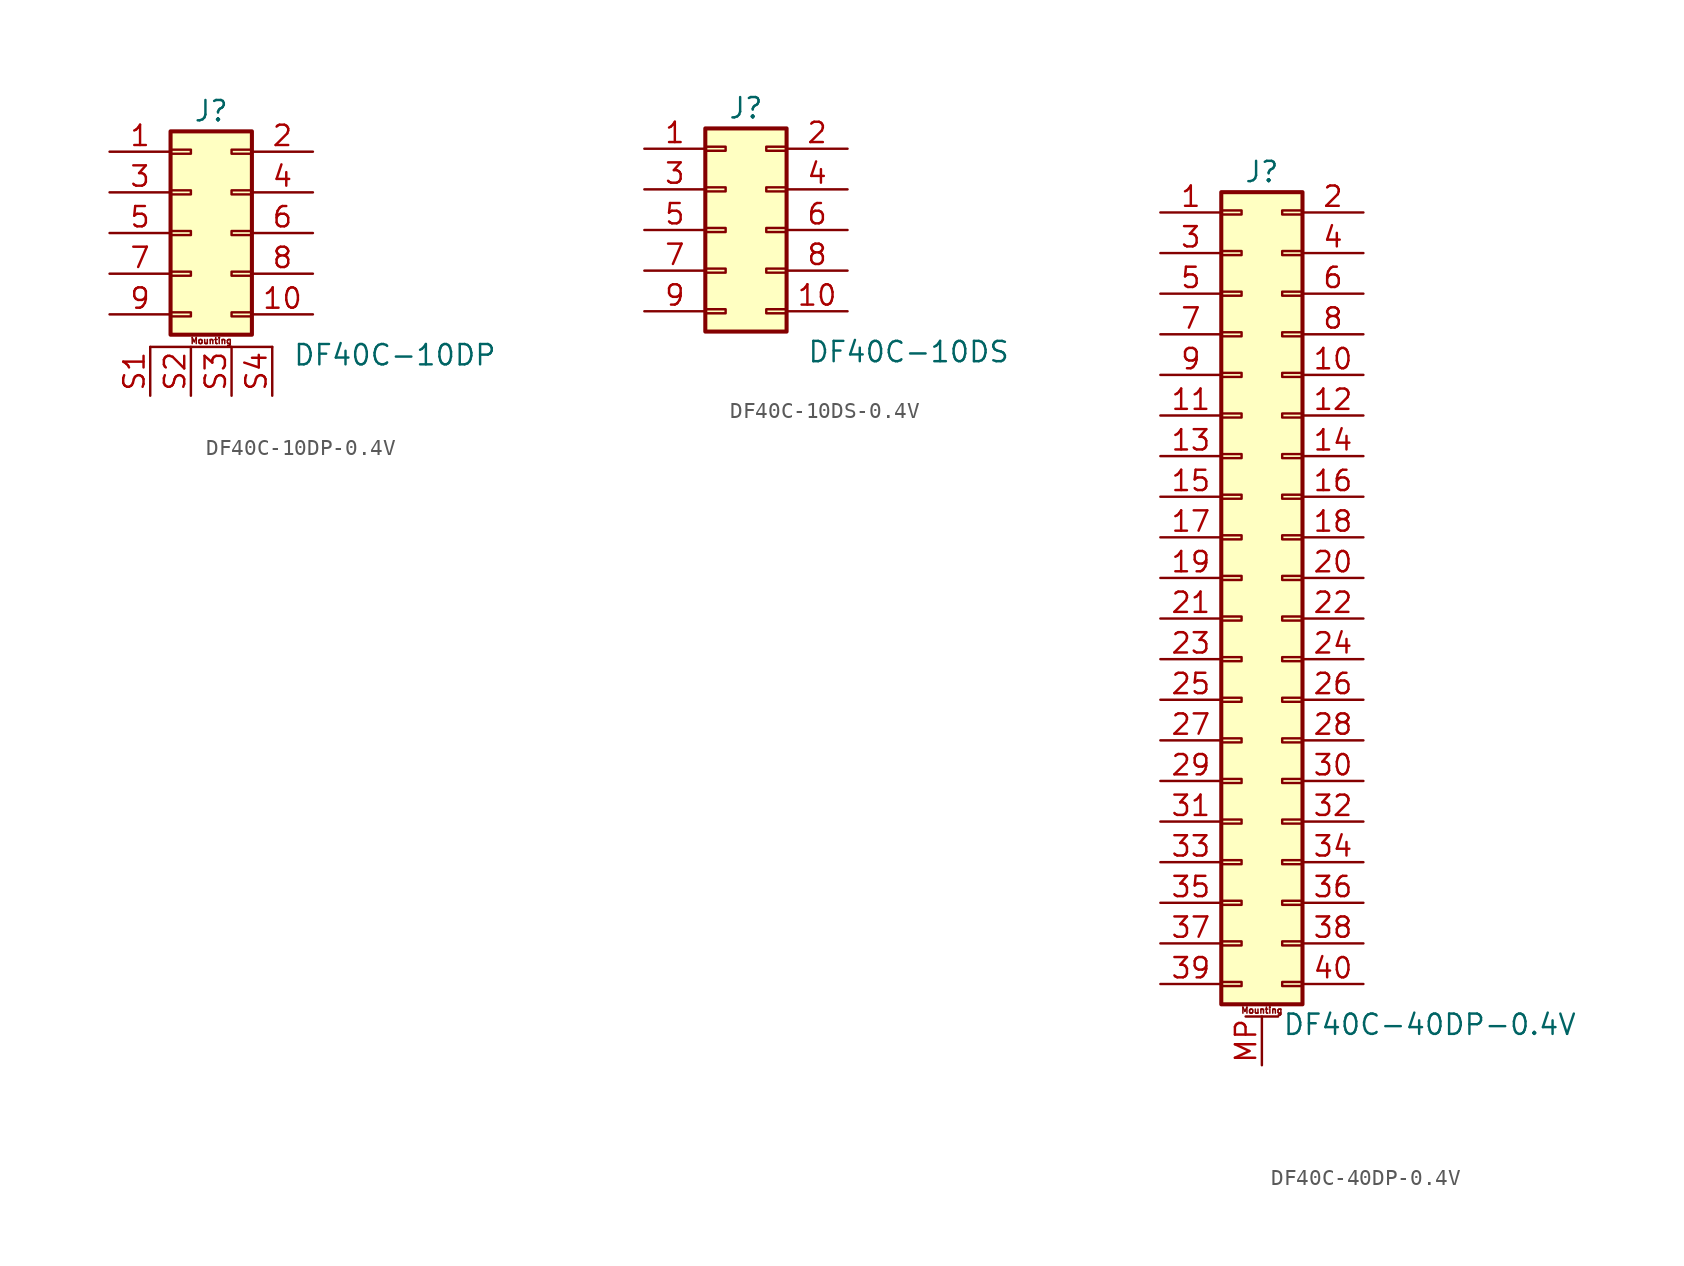
<source format=kicad_sym>
(kicad_symbol_lib
  (version 20220914)
  (generator kicad_symbol_editor)
  (symbol "DF40C-10DP-0.4V"
    (pin_names
      (offset 1.016) hide)
    (property "Reference" "J"
      (at 1.27 7.62 0)
      (effects (font (size 1.27 1.27))))
    (property "Value" "DF40C-10DP"
      (at 6.35 -7.62 0)
      (effects (font (size 1.27 1.27)) (justify left)))
    (symbol "DF40C-10DP-0.4V_1_1"
      (rectangle (start -1.27 -4.953) (end 0 -5.207) (stroke (width 0.152) (type default)) (fill (type none)))
      (rectangle (start -1.27 -2.413) (end 0 -2.667) (stroke (width 0.152) (type default)) (fill (type none)))
      (rectangle (start -1.27 0.127) (end 0 -0.127) (stroke (width 0.152) (type default)) (fill (type none)))
      (rectangle (start -1.27 2.667) (end 0 2.413) (stroke (width 0.152) (type default)) (fill (type none)))
      (rectangle (start -1.27 5.207) (end 0 4.953) (stroke (width 0.152) (type default)) (fill (type none)))
      (rectangle (start -1.27 6.35) (end 3.81 -6.35) (stroke (width 0.254) (type default)) (fill (type background)))
      (polyline (pts (xy -2.54 -7.112) (xy 5.08 -7.112)) (stroke (width 0.152) (type default)) (fill (type none)))
      (rectangle (start 3.81 -4.953) (end 2.54 -5.207) (stroke (width 0.152) (type default)) (fill (type none)))
      (rectangle (start 3.81 -2.413) (end 2.54 -2.667) (stroke (width 0.152) (type default)) (fill (type none)))
      (rectangle (start 3.81 0.127) (end 2.54 -0.127) (stroke (width 0.152) (type default)) (fill (type none)))
      (rectangle (start 3.81 2.667) (end 2.54 2.413) (stroke (width 0.152) (type default)) (fill (type none)))
      (rectangle (start 3.81 5.207) (end 2.54 4.953) (stroke (width 0.152) (type default)) (fill (type none)))
      (text "Mounting" (at 1.27 -6.731 0) (effects (font (size 0.381 0.381))))
      (pin passive line (at -5.08 5.08 0) (length 3.81) (name "Pin_1" (effects (font (size 1.27 1.27)))) (number "1" (effects (font (size 1.27 1.27)))))
      (pin passive line (at 7.62 -5.08 180) (length 3.81) (name "Pin_10" (effects (font (size 1.27 1.27)))) (number "10" (effects (font (size 1.27 1.27)))))
      (pin passive line (at 7.62 5.08 180) (length 3.81) (name "Pin_2" (effects (font (size 1.27 1.27)))) (number "2" (effects (font (size 1.27 1.27)))))
      (pin passive line (at -5.08 2.54 0) (length 3.81) (name "Pin_3" (effects (font (size 1.27 1.27)))) (number "3" (effects (font (size 1.27 1.27)))))
      (pin passive line (at 7.62 2.54 180) (length 3.81) (name "Pin_4" (effects (font (size 1.27 1.27)))) (number "4" (effects (font (size 1.27 1.27)))))
      (pin passive line (at -5.08 0 0) (length 3.81) (name "Pin_5" (effects (font (size 1.27 1.27)))) (number "5" (effects (font (size 1.27 1.27)))))
      (pin passive line (at 7.62 0 180) (length 3.81) (name "Pin_6" (effects (font (size 1.27 1.27)))) (number "6" (effects (font (size 1.27 1.27)))))
      (pin passive line (at -5.08 -2.54 0) (length 3.81) (name "Pin_7" (effects (font (size 1.27 1.27)))) (number "7" (effects (font (size 1.27 1.27)))))
      (pin passive line (at 7.62 -2.54 180) (length 3.81) (name "Pin_8" (effects (font (size 1.27 1.27)))) (number "8" (effects (font (size 1.27 1.27)))))
      (pin passive line (at -5.08 -5.08 0) (length 3.81) (name "Pin_9" (effects (font (size 1.27 1.27)))) (number "9" (effects (font (size 1.27 1.27)))))
      (pin passive line (at -2.54 -10.16 90) (length 3.048) (name "MountPin" (effects (font (size 1.27 1.27)))) (number "S1" (effects (font (size 1.27 1.27)))))
      (pin passive line (at 0 -10.16 90) (length 3.048) (name "MountPin" (effects (font (size 1.27 1.27)))) (number "S2" (effects (font (size 1.27 1.27)))))
      (pin passive line (at 2.54 -10.16 90) (length 3.048) (name "MountPin" (effects (font (size 1.27 1.27)))) (number "S3" (effects (font (size 1.27 1.27)))))
      (pin passive line (at 5.08 -10.16 90) (length 3.048) (name "MountPin" (effects (font (size 1.27 1.27)))) (number "S4" (effects (font (size 1.27 1.27)))))))
  (symbol "DF40C-10DS-0.4V"
    (pin_names
      (offset 1.016) hide)
    (property "Reference" "J"
      (at 1.27 7.62 0)
      (effects (font (size 1.27 1.27))))
    (property "Value" "DF40C-10DS"
      (at 5.08 -7.62 0)
      (effects (font (size 1.27 1.27)) (justify left)))
    (symbol "DF40C-10DS-0.4V_1_1"
      (rectangle (start -1.27 -4.953) (end 0 -5.207) (stroke (width 0.152) (type default)) (fill (type none)))
      (rectangle (start -1.27 -2.413) (end 0 -2.667) (stroke (width 0.152) (type default)) (fill (type none)))
      (rectangle (start -1.27 0.127) (end 0 -0.127) (stroke (width 0.152) (type default)) (fill (type none)))
      (rectangle (start -1.27 2.667) (end 0 2.413) (stroke (width 0.152) (type default)) (fill (type none)))
      (rectangle (start -1.27 5.207) (end 0 4.953) (stroke (width 0.152) (type default)) (fill (type none)))
      (rectangle (start -1.27 6.35) (end 3.81 -6.35) (stroke (width 0.254) (type default)) (fill (type background)))
      (rectangle (start 3.81 -4.953) (end 2.54 -5.207) (stroke (width 0.152) (type default)) (fill (type none)))
      (rectangle (start 3.81 -2.413) (end 2.54 -2.667) (stroke (width 0.152) (type default)) (fill (type none)))
      (rectangle (start 3.81 0.127) (end 2.54 -0.127) (stroke (width 0.152) (type default)) (fill (type none)))
      (rectangle (start 3.81 2.667) (end 2.54 2.413) (stroke (width 0.152) (type default)) (fill (type none)))
      (rectangle (start 3.81 5.207) (end 2.54 4.953) (stroke (width 0.152) (type default)) (fill (type none)))
      (pin passive line (at -5.08 5.08 0) (length 3.81) (name "Pin_1" (effects (font (size 1.27 1.27)))) (number "1" (effects (font (size 1.27 1.27)))))
      (pin passive line (at 7.62 -5.08 180) (length 3.81) (name "Pin_10" (effects (font (size 1.27 1.27)))) (number "10" (effects (font (size 1.27 1.27)))))
      (pin passive line (at 7.62 5.08 180) (length 3.81) (name "Pin_2" (effects (font (size 1.27 1.27)))) (number "2" (effects (font (size 1.27 1.27)))))
      (pin passive line (at -5.08 2.54 0) (length 3.81) (name "Pin_3" (effects (font (size 1.27 1.27)))) (number "3" (effects (font (size 1.27 1.27)))))
      (pin passive line (at 7.62 2.54 180) (length 3.81) (name "Pin_4" (effects (font (size 1.27 1.27)))) (number "4" (effects (font (size 1.27 1.27)))))
      (pin passive line (at -5.08 0 0) (length 3.81) (name "Pin_5" (effects (font (size 1.27 1.27)))) (number "5" (effects (font (size 1.27 1.27)))))
      (pin passive line (at 7.62 0 180) (length 3.81) (name "Pin_6" (effects (font (size 1.27 1.27)))) (number "6" (effects (font (size 1.27 1.27)))))
      (pin passive line (at -5.08 -2.54 0) (length 3.81) (name "Pin_7" (effects (font (size 1.27 1.27)))) (number "7" (effects (font (size 1.27 1.27)))))
      (pin passive line (at 7.62 -2.54 180) (length 3.81) (name "Pin_8" (effects (font (size 1.27 1.27)))) (number "8" (effects (font (size 1.27 1.27)))))
      (pin passive line (at -5.08 -5.08 0) (length 3.81) (name "Pin_9" (effects (font (size 1.27 1.27)))) (number "9" (effects (font (size 1.27 1.27)))))))
  (symbol "DF40C-40DP-0.4V"
    (pin_names
      (offset 1.016) hide)
    (property "Reference" "J"
      (at 1.27 25.4 0)
      (effects (font (size 1.27 1.27))))
    (property "Value" "DF40C-40DP-0.4V"
      (at 2.54 -27.94 0)
      (effects (font (size 1.27 1.27)) (justify left)))
    (symbol "DF40C-40DP-0.4V_1_1"
      (rectangle (start -1.27 -25.273) (end 0 -25.527) (stroke (width 0.152) (type default)) (fill (type none)))
      (rectangle (start -1.27 -22.733) (end 0 -22.987) (stroke (width 0.152) (type default)) (fill (type none)))
      (rectangle (start -1.27 -20.193) (end 0 -20.447) (stroke (width 0.152) (type default)) (fill (type none)))
      (rectangle (start -1.27 -17.653) (end 0 -17.907) (stroke (width 0.152) (type default)) (fill (type none)))
      (rectangle (start -1.27 -15.113) (end 0 -15.367) (stroke (width 0.152) (type default)) (fill (type none)))
      (rectangle (start -1.27 -12.573) (end 0 -12.827) (stroke (width 0.152) (type default)) (fill (type none)))
      (rectangle (start -1.27 -10.033) (end 0 -10.287) (stroke (width 0.152) (type default)) (fill (type none)))
      (rectangle (start -1.27 -7.493) (end 0 -7.747) (stroke (width 0.152) (type default)) (fill (type none)))
      (rectangle (start -1.27 -4.953) (end 0 -5.207) (stroke (width 0.152) (type default)) (fill (type none)))
      (rectangle (start -1.27 -2.413) (end 0 -2.667) (stroke (width 0.152) (type default)) (fill (type none)))
      (rectangle (start -1.27 0.127) (end 0 -0.127) (stroke (width 0.152) (type default)) (fill (type none)))
      (rectangle (start -1.27 2.667) (end 0 2.413) (stroke (width 0.152) (type default)) (fill (type none)))
      (rectangle (start -1.27 5.207) (end 0 4.953) (stroke (width 0.152) (type default)) (fill (type none)))
      (rectangle (start -1.27 7.747) (end 0 7.493) (stroke (width 0.152) (type default)) (fill (type none)))
      (rectangle (start -1.27 10.287) (end 0 10.033) (stroke (width 0.152) (type default)) (fill (type none)))
      (rectangle (start -1.27 12.827) (end 0 12.573) (stroke (width 0.152) (type default)) (fill (type none)))
      (rectangle (start -1.27 15.367) (end 0 15.113) (stroke (width 0.152) (type default)) (fill (type none)))
      (rectangle (start -1.27 17.907) (end 0 17.653) (stroke (width 0.152) (type default)) (fill (type none)))
      (rectangle (start -1.27 20.447) (end 0 20.193) (stroke (width 0.152) (type default)) (fill (type none)))
      (rectangle (start -1.27 22.987) (end 0 22.733) (stroke (width 0.152) (type default)) (fill (type none)))
      (rectangle (start -1.27 24.13) (end 3.81 -26.67) (stroke (width 0.254) (type default)) (fill (type background)))
      (polyline (pts (xy 0.254 -27.432) (xy 2.286 -27.432)) (stroke (width 0.152) (type default)) (fill (type none)))
      (rectangle (start 3.81 -25.273) (end 2.54 -25.527) (stroke (width 0.152) (type default)) (fill (type none)))
      (rectangle (start 3.81 -22.733) (end 2.54 -22.987) (stroke (width 0.152) (type default)) (fill (type none)))
      (rectangle (start 3.81 -20.193) (end 2.54 -20.447) (stroke (width 0.152) (type default)) (fill (type none)))
      (rectangle (start 3.81 -17.653) (end 2.54 -17.907) (stroke (width 0.152) (type default)) (fill (type none)))
      (rectangle (start 3.81 -15.113) (end 2.54 -15.367) (stroke (width 0.152) (type default)) (fill (type none)))
      (rectangle (start 3.81 -12.573) (end 2.54 -12.827) (stroke (width 0.152) (type default)) (fill (type none)))
      (rectangle (start 3.81 -10.033) (end 2.54 -10.287) (stroke (width 0.152) (type default)) (fill (type none)))
      (rectangle (start 3.81 -7.493) (end 2.54 -7.747) (stroke (width 0.152) (type default)) (fill (type none)))
      (rectangle (start 3.81 -4.953) (end 2.54 -5.207) (stroke (width 0.152) (type default)) (fill (type none)))
      (rectangle (start 3.81 -2.413) (end 2.54 -2.667) (stroke (width 0.152) (type default)) (fill (type none)))
      (rectangle (start 3.81 0.127) (end 2.54 -0.127) (stroke (width 0.152) (type default)) (fill (type none)))
      (rectangle (start 3.81 2.667) (end 2.54 2.413) (stroke (width 0.152) (type default)) (fill (type none)))
      (rectangle (start 3.81 5.207) (end 2.54 4.953) (stroke (width 0.152) (type default)) (fill (type none)))
      (rectangle (start 3.81 7.747) (end 2.54 7.493) (stroke (width 0.152) (type default)) (fill (type none)))
      (rectangle (start 3.81 10.287) (end 2.54 10.033) (stroke (width 0.152) (type default)) (fill (type none)))
      (rectangle (start 3.81 12.827) (end 2.54 12.573) (stroke (width 0.152) (type default)) (fill (type none)))
      (rectangle (start 3.81 15.367) (end 2.54 15.113) (stroke (width 0.152) (type default)) (fill (type none)))
      (rectangle (start 3.81 17.907) (end 2.54 17.653) (stroke (width 0.152) (type default)) (fill (type none)))
      (rectangle (start 3.81 20.447) (end 2.54 20.193) (stroke (width 0.152) (type default)) (fill (type none)))
      (rectangle (start 3.81 22.987) (end 2.54 22.733) (stroke (width 0.152) (type default)) (fill (type none)))
      (text "Mounting" (at 1.27 -27.051 0) (effects (font (size 0.381 0.381))))
      (pin passive line (at -5.08 22.86 0) (length 3.81) (name "Pin_1" (effects (font (size 1.27 1.27)))) (number "1" (effects (font (size 1.27 1.27)))))
      (pin passive line (at 7.62 12.7 180) (length 3.81) (name "Pin_10" (effects (font (size 1.27 1.27)))) (number "10" (effects (font (size 1.27 1.27)))))
      (pin passive line (at -5.08 10.16 0) (length 3.81) (name "Pin_11" (effects (font (size 1.27 1.27)))) (number "11" (effects (font (size 1.27 1.27)))))
      (pin passive line (at 7.62 10.16 180) (length 3.81) (name "Pin_12" (effects (font (size 1.27 1.27)))) (number "12" (effects (font (size 1.27 1.27)))))
      (pin passive line (at -5.08 7.62 0) (length 3.81) (name "Pin_13" (effects (font (size 1.27 1.27)))) (number "13" (effects (font (size 1.27 1.27)))))
      (pin passive line (at 7.62 7.62 180) (length 3.81) (name "Pin_14" (effects (font (size 1.27 1.27)))) (number "14" (effects (font (size 1.27 1.27)))))
      (pin passive line (at -5.08 5.08 0) (length 3.81) (name "Pin_15" (effects (font (size 1.27 1.27)))) (number "15" (effects (font (size 1.27 1.27)))))
      (pin passive line (at 7.62 5.08 180) (length 3.81) (name "Pin_16" (effects (font (size 1.27 1.27)))) (number "16" (effects (font (size 1.27 1.27)))))
      (pin passive line (at -5.08 2.54 0) (length 3.81) (name "Pin_17" (effects (font (size 1.27 1.27)))) (number "17" (effects (font (size 1.27 1.27)))))
      (pin passive line (at 7.62 2.54 180) (length 3.81) (name "Pin_18" (effects (font (size 1.27 1.27)))) (number "18" (effects (font (size 1.27 1.27)))))
      (pin passive line (at -5.08 0 0) (length 3.81) (name "Pin_19" (effects (font (size 1.27 1.27)))) (number "19" (effects (font (size 1.27 1.27)))))
      (pin passive line (at 7.62 22.86 180) (length 3.81) (name "Pin_2" (effects (font (size 1.27 1.27)))) (number "2" (effects (font (size 1.27 1.27)))))
      (pin passive line (at 7.62 0 180) (length 3.81) (name "Pin_20" (effects (font (size 1.27 1.27)))) (number "20" (effects (font (size 1.27 1.27)))))
      (pin passive line (at -5.08 -2.54 0) (length 3.81) (name "Pin_21" (effects (font (size 1.27 1.27)))) (number "21" (effects (font (size 1.27 1.27)))))
      (pin passive line (at 7.62 -2.54 180) (length 3.81) (name "Pin_22" (effects (font (size 1.27 1.27)))) (number "22" (effects (font (size 1.27 1.27)))))
      (pin passive line (at -5.08 -5.08 0) (length 3.81) (name "Pin_23" (effects (font (size 1.27 1.27)))) (number "23" (effects (font (size 1.27 1.27)))))
      (pin passive line (at 7.62 -5.08 180) (length 3.81) (name "Pin_24" (effects (font (size 1.27 1.27)))) (number "24" (effects (font (size 1.27 1.27)))))
      (pin passive line (at -5.08 -7.62 0) (length 3.81) (name "Pin_25" (effects (font (size 1.27 1.27)))) (number "25" (effects (font (size 1.27 1.27)))))
      (pin passive line (at 7.62 -7.62 180) (length 3.81) (name "Pin_26" (effects (font (size 1.27 1.27)))) (number "26" (effects (font (size 1.27 1.27)))))
      (pin passive line (at -5.08 -10.16 0) (length 3.81) (name "Pin_27" (effects (font (size 1.27 1.27)))) (number "27" (effects (font (size 1.27 1.27)))))
      (pin passive line (at 7.62 -10.16 180) (length 3.81) (name "Pin_28" (effects (font (size 1.27 1.27)))) (number "28" (effects (font (size 1.27 1.27)))))
      (pin passive line (at -5.08 -12.7 0) (length 3.81) (name "Pin_29" (effects (font (size 1.27 1.27)))) (number "29" (effects (font (size 1.27 1.27)))))
      (pin passive line (at -5.08 20.32 0) (length 3.81) (name "Pin_3" (effects (font (size 1.27 1.27)))) (number "3" (effects (font (size 1.27 1.27)))))
      (pin passive line (at 7.62 -12.7 180) (length 3.81) (name "Pin_30" (effects (font (size 1.27 1.27)))) (number "30" (effects (font (size 1.27 1.27)))))
      (pin passive line (at -5.08 -15.24 0) (length 3.81) (name "Pin_31" (effects (font (size 1.27 1.27)))) (number "31" (effects (font (size 1.27 1.27)))))
      (pin passive line (at 7.62 -15.24 180) (length 3.81) (name "Pin_32" (effects (font (size 1.27 1.27)))) (number "32" (effects (font (size 1.27 1.27)))))
      (pin passive line (at -5.08 -17.78 0) (length 3.81) (name "Pin_33" (effects (font (size 1.27 1.27)))) (number "33" (effects (font (size 1.27 1.27)))))
      (pin passive line (at 7.62 -17.78 180) (length 3.81) (name "Pin_34" (effects (font (size 1.27 1.27)))) (number "34" (effects (font (size 1.27 1.27)))))
      (pin passive line (at -5.08 -20.32 0) (length 3.81) (name "Pin_35" (effects (font (size 1.27 1.27)))) (number "35" (effects (font (size 1.27 1.27)))))
      (pin passive line (at 7.62 -20.32 180) (length 3.81) (name "Pin_36" (effects (font (size 1.27 1.27)))) (number "36" (effects (font (size 1.27 1.27)))))
      (pin passive line (at -5.08 -22.86 0) (length 3.81) (name "Pin_37" (effects (font (size 1.27 1.27)))) (number "37" (effects (font (size 1.27 1.27)))))
      (pin passive line (at 7.62 -22.86 180) (length 3.81) (name "Pin_38" (effects (font (size 1.27 1.27)))) (number "38" (effects (font (size 1.27 1.27)))))
      (pin passive line (at -5.08 -25.4 0) (length 3.81) (name "Pin_39" (effects (font (size 1.27 1.27)))) (number "39" (effects (font (size 1.27 1.27)))))
      (pin passive line (at 7.62 20.32 180) (length 3.81) (name "Pin_4" (effects (font (size 1.27 1.27)))) (number "4" (effects (font (size 1.27 1.27)))))
      (pin passive line (at 7.62 -25.4 180) (length 3.81) (name "Pin_40" (effects (font (size 1.27 1.27)))) (number "40" (effects (font (size 1.27 1.27)))))
      (pin passive line (at -5.08 17.78 0) (length 3.81) (name "Pin_5" (effects (font (size 1.27 1.27)))) (number "5" (effects (font (size 1.27 1.27)))))
      (pin passive line (at 7.62 17.78 180) (length 3.81) (name "Pin_6" (effects (font (size 1.27 1.27)))) (number "6" (effects (font (size 1.27 1.27)))))
      (pin passive line (at -5.08 15.24 0) (length 3.81) (name "Pin_7" (effects (font (size 1.27 1.27)))) (number "7" (effects (font (size 1.27 1.27)))))
      (pin passive line (at 7.62 15.24 180) (length 3.81) (name "Pin_8" (effects (font (size 1.27 1.27)))) (number "8" (effects (font (size 1.27 1.27)))))
      (pin passive line (at -5.08 12.7 0) (length 3.81) (name "Pin_9" (effects (font (size 1.27 1.27)))) (number "9" (effects (font (size 1.27 1.27)))))
      (pin passive line (at 1.27 -30.48 90) (length 3.048) (name "MountPin" (effects (font (size 1.27 1.27)))) (number "MP" (effects (font (size 1.27 1.27))))))))
</source>
